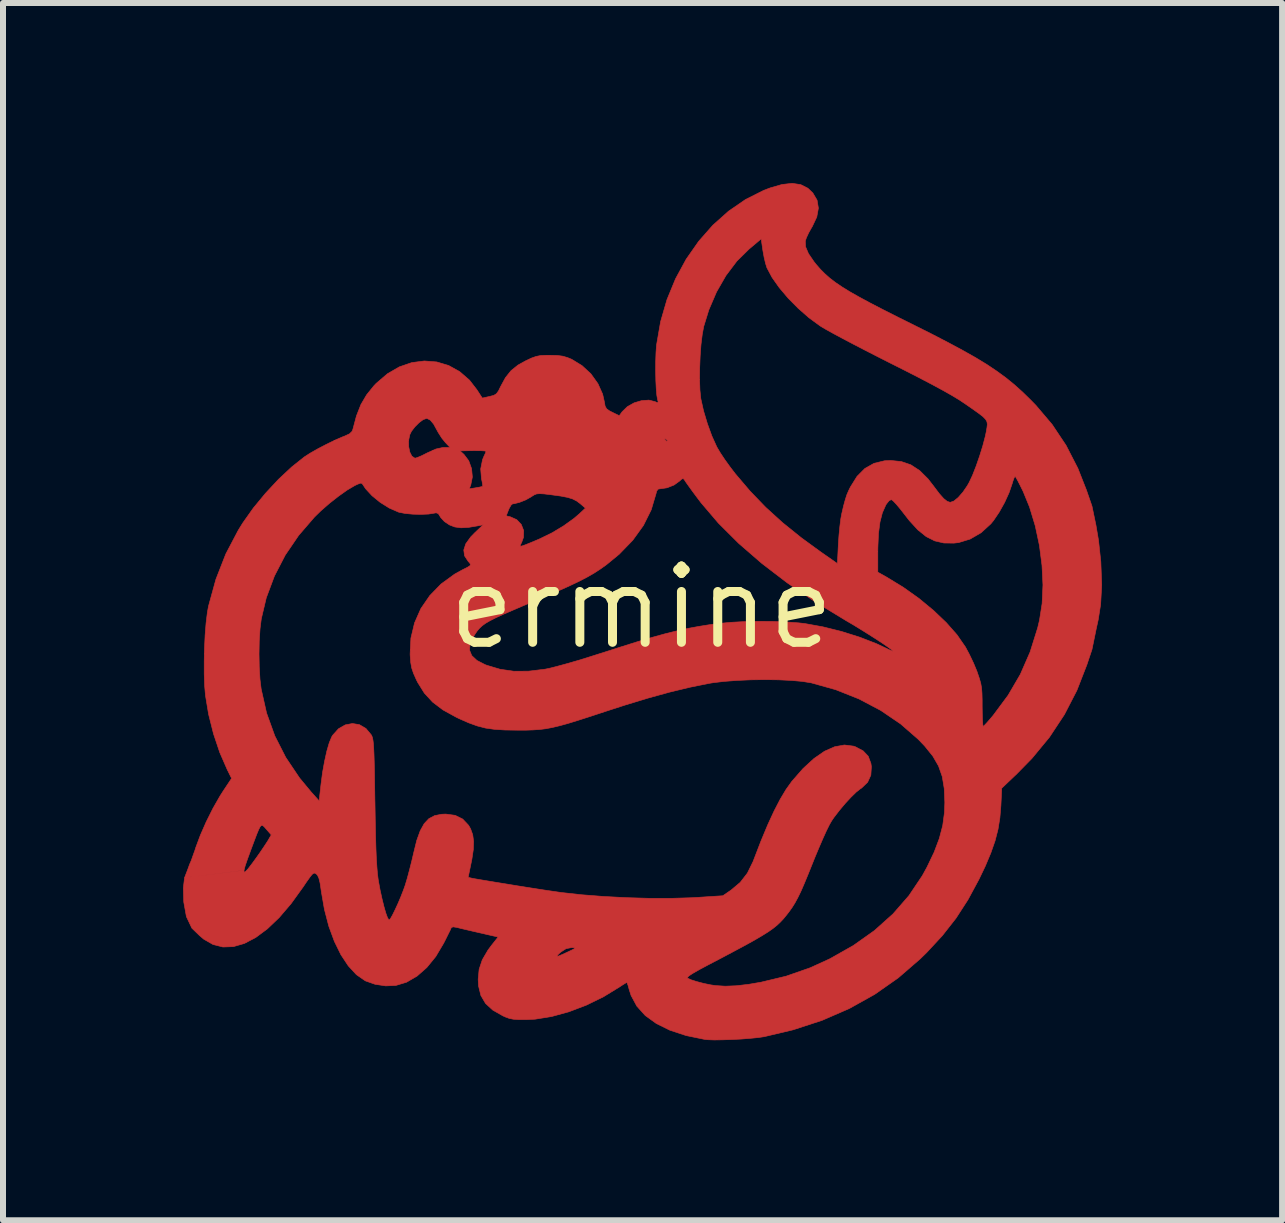
<source format=kicad_pcb>
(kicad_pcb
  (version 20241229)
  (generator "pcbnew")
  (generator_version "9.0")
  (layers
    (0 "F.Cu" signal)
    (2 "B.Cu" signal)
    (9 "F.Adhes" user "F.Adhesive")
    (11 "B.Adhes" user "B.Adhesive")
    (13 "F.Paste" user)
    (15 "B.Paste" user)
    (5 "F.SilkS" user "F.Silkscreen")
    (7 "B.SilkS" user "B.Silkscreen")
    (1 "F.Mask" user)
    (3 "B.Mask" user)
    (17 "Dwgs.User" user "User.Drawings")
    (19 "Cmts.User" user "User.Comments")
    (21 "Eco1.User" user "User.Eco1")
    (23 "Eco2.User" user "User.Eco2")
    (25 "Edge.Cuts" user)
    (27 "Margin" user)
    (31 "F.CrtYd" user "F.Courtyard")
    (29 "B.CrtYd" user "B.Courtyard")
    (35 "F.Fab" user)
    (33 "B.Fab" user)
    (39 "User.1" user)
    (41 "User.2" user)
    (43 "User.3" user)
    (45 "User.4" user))
  (footprint "ermine"
    (layer "F.Cu")
    (at 7.64 7.073)
    (property "Reference" "ermine" (at 0 0 0) (layer "F.SilkS") (effects (font (size 1.27 1.27) (thickness 0.15))))
    (attr through_hole)
    (fp_poly (pts (xy 2.652 -7.047) (xy 2.771 -6.987) (xy 2.854 -6.908) (xy 2.925 -6.788) (xy 2.947 -6.655) (xy 2.92 -6.507) (xy 2.844 -6.346) (xy 2.836 -6.334) (xy 2.786 -6.245) (xy 2.747 -6.161) (xy 2.729 -6.106) (xy 2.733 -6.012) (xy 2.781 -5.898) (xy 2.874 -5.762) (xy 2.913 -5.713) (xy 2.982 -5.634) (xy 3.055 -5.561) (xy 3.135 -5.49) (xy 3.227 -5.419) (xy 3.336 -5.345) (xy 3.465 -5.265) (xy 3.62 -5.177) (xy 3.805 -5.077) (xy 4.023 -4.964) (xy 4.28 -4.834) (xy 4.496 -4.727) (xy 4.82 -4.565) (xy 5.102 -4.419) (xy 5.348 -4.287) (xy 5.563 -4.166) (xy 5.752 -4.051) (xy 5.919 -3.939) (xy 6.071 -3.828) (xy 6.211 -3.714) (xy 6.346 -3.593) (xy 6.48 -3.462) (xy 6.571 -3.369) (xy 6.841 -3.051) (xy 7.074 -2.702) (xy 7.271 -2.319) (xy 7.413 -1.958) (xy 7.506 -1.689) (xy 7.572 -1.372) (xy 7.615 -1.118) (xy 7.653 -0.765) (xy 7.668 -0.376) (xy 7.65 -0.051) (xy 7.61 0.203) (xy 7.577 0.353) (xy 7.506 0.699) (xy 7.421 0.953) (xy 7.254 1.382) (xy 7.047 1.783) (xy 6.798 2.16) (xy 6.505 2.515) (xy 6.254 2.771) (xy 6.002 3.011) (xy 5.988 3.302) (xy 5.971 3.506) (xy 5.94 3.697) (xy 5.891 3.888) (xy 5.821 4.088) (xy 5.728 4.31) (xy 5.623 4.529) (xy 5.439 4.87) (xy 5.239 5.179) (xy 5.013 5.467) (xy 4.751 5.75) (xy 4.642 5.856) (xy 4.277 6.172) (xy 3.884 6.447) (xy 3.463 6.682) (xy 3.01 6.879) (xy 2.526 7.037) (xy 2.045 7.151) (xy 1.946 7.166) (xy 1.814 7.179) (xy 1.662 7.191) (xy 1.503 7.199) (xy 1.348 7.204) (xy 1.211 7.206) (xy 1.103 7.202) (xy 1.054 7.197) (xy 0.743 7.133) (xy 0.473 7.044) (xy 0.246 6.932) (xy 0.061 6.798) (xy -0.079 6.642) (xy -0.174 6.465) (xy -0.205 6.369) (xy -0.224 6.299) (xy -0.24 6.256) (xy -0.246 6.248) (xy -0.272 6.262) (xy -0.325 6.295) (xy -0.364 6.321) (xy -0.633 6.486) (xy -0.919 6.626) (xy -1.212 6.737) (xy -1.5 6.816) (xy -1.774 6.86) (xy -1.918 6.867) (xy -2.042 6.867) (xy -2.133 6.861) (xy -2.204 6.847) (xy -2.272 6.822) (xy -2.311 6.804) (xy -2.478 6.709) (xy -2.599 6.598) (xy -2.677 6.465) (xy -2.716 6.306) (xy -2.722 6.194) (xy -2.706 6.028) (xy -2.653 5.87) (xy -2.618 5.81) (xy -1.408 5.81) (xy -1.382 5.807) (xy -1.314 5.779) (xy -1.232 5.741) (xy -1.152 5.703) (xy -1.114 5.681) (xy -1.114 5.671) (xy -1.146 5.668) (xy -1.168 5.667) (xy -1.258 5.685) (xy -1.345 5.741) (xy -1.396 5.788) (xy -1.408 5.81) (xy -2.618 5.81) (xy -2.559 5.709) (xy -2.494 5.622) (xy -2.39 5.491) (xy -2.687 5.423) (xy -2.813 5.394) (xy -2.929 5.367) (xy -3.022 5.345) (xy -3.073 5.332) (xy -3.139 5.321) (xy -3.169 5.333) (xy -3.173 5.341) (xy -3.188 5.376) (xy -3.222 5.444) (xy -3.267 5.535) (xy -3.297 5.594) (xy -3.428 5.815) (xy -3.578 5.999) (xy -3.742 6.143) (xy -3.916 6.244) (xy -4.095 6.298) (xy -4.096 6.298) (xy -4.264 6.305) (xy -4.441 6.278) (xy -4.6 6.222) (xy -4.607 6.218) (xy -4.751 6.118) (xy -4.886 5.972) (xy -5.009 5.786) (xy -5.118 5.564) (xy -5.211 5.311) (xy -5.284 5.031) (xy -5.336 4.731) (xy -5.338 4.715) (xy -5.356 4.593) (xy -5.376 4.512) (xy -5.399 4.462) (xy -5.418 4.442) (xy -5.44 4.427) (xy -5.461 4.427) (xy -5.488 4.446) (xy -5.525 4.492) (xy -5.58 4.569) (xy -5.64 4.658) (xy -5.839 4.934) (xy -6.038 5.167) (xy -6.235 5.355) (xy -6.429 5.499) (xy -6.618 5.598) (xy -6.801 5.651) (xy -6.976 5.657) (xy -7.141 5.615) (xy -7.296 5.526) (xy -7.367 5.465) (xy -7.493 5.343) (xy -7.584 5.151) (xy -7.628 4.907) (xy -7.635 4.674) (xy -7.615 4.503) (xy -6.624 4.379) (xy -6.623 4.411) (xy -6.6 4.401) (xy -6.554 4.351) (xy -6.485 4.261) (xy -6.421 4.173) (xy -6.351 4.074) (xy -6.287 3.979) (xy -6.238 3.904) (xy -6.224 3.882) (xy -6.17 3.789) (xy -6.251 3.696) (xy -6.284 3.658) (xy -6.309 3.635) (xy -6.33 3.629) (xy -6.352 3.648) (xy -6.377 3.695) (xy -6.411 3.776) (xy -6.456 3.895) (xy -6.501 4.015) (xy -6.562 4.181) (xy -6.604 4.302) (xy -6.624 4.378) (xy -7.615 4.503) (xy -7.562 4.366) (xy -7.531 4.28) (xy -7.503 4.216) (xy -7.468 4.117) (xy -7.444 4.051) (xy -7.428 4) (xy -7.352 3.796) (xy -7.254 3.572) (xy -7.142 3.348) (xy -7.025 3.143) (xy -6.971 3.058) (xy -6.831 2.847) (xy -6.904 2.7) (xy -7.027 2.418) (xy -7.132 2.105) (xy -7.214 1.78) (xy -7.266 1.466) (xy -7.28 1.304) (xy -7.287 1.11) (xy -7.287 0.897) (xy -7.285 0.773) (xy -6.374 0.773) (xy -6.37 0.992) (xy -6.358 1.195) (xy -6.338 1.359) (xy -6.248 1.759) (xy -6.111 2.139) (xy -5.928 2.499) (xy -5.698 2.841) (xy -5.504 3.075) (xy -5.372 3.222) (xy -5.341 2.945) (xy -5.315 2.747) (xy -5.281 2.56) (xy -5.244 2.393) (xy -5.204 2.255) (xy -5.163 2.156) (xy -5.147 2.129) (xy -5.05 2.021) (xy -4.937 1.956) (xy -4.818 1.933) (xy -4.701 1.952) (xy -4.593 2.015) (xy -4.505 2.12) (xy -4.493 2.142) (xy -4.483 2.171) (xy -4.475 2.212) (xy -4.468 2.268) (xy -4.463 2.346) (xy -4.458 2.449) (xy -4.454 2.583) (xy -4.45 2.753) (xy -4.447 2.964) (xy -4.443 3.22) (xy -4.442 3.251) (xy -4.437 3.547) (xy -4.432 3.798) (xy -4.426 4.006) (xy -4.419 4.178) (xy -4.41 4.318) (xy -4.401 4.43) (xy -4.39 4.519) (xy -4.386 4.547) (xy -4.357 4.705) (xy -4.324 4.855) (xy -4.291 4.988) (xy -4.26 5.095) (xy -4.232 5.171) (xy -4.209 5.206) (xy -4.205 5.207) (xy -4.184 5.185) (xy -4.15 5.125) (xy -4.107 5.038) (xy -4.059 4.934) (xy -4.011 4.821) (xy -3.968 4.711) (xy -3.938 4.627) (xy -3.903 4.51) (xy -3.864 4.364) (xy -3.825 4.209) (xy -3.797 4.089) (xy -3.746 3.882) (xy -3.688 3.721) (xy -3.622 3.602) (xy -3.544 3.519) (xy -3.448 3.468) (xy -3.332 3.445) (xy -3.262 3.442) (xy -3.106 3.463) (xy -2.98 3.525) (xy -2.882 3.629) (xy -2.848 3.689) (xy -2.813 3.787) (xy -2.798 3.898) (xy -2.803 4.033) (xy -2.828 4.201) (xy -2.843 4.274) (xy -2.889 4.496) (xy -2.835 4.509) (xy -2.784 4.519) (xy -2.691 4.535) (xy -2.565 4.556) (xy -2.414 4.581) (xy -2.247 4.608) (xy -2.071 4.637) (xy -1.895 4.665) (xy -1.729 4.691) (xy -1.579 4.714) (xy -1.455 4.732) (xy -1.365 4.745) (xy -1.346 4.748) (xy -1.003 4.786) (xy -0.632 4.815) (xy -0.248 4.835) (xy 0.134 4.846) (xy 0.5 4.846) (xy 0.836 4.836) (xy 0.938 4.83) (xy 1.355 4.803) (xy 1.493 4.708) (xy 1.645 4.58) (xy 1.764 4.426) (xy 1.858 4.235) (xy 1.868 4.209) (xy 1.99 3.892) (xy 2.103 3.621) (xy 2.209 3.391) (xy 2.31 3.196) (xy 2.408 3.032) (xy 2.506 2.895) (xy 2.509 2.892) (xy 2.692 2.683) (xy 2.873 2.517) (xy 3.049 2.395) (xy 3.219 2.32) (xy 3.38 2.291) (xy 3.532 2.31) (xy 3.564 2.321) (xy 3.693 2.389) (xy 3.778 2.479) (xy 3.822 2.597) (xy 3.83 2.652) (xy 3.821 2.794) (xy 3.767 2.912) (xy 3.668 3.007) (xy 3.645 3.022) (xy 3.577 3.076) (xy 3.489 3.162) (xy 3.391 3.268) (xy 3.294 3.384) (xy 3.205 3.5) (xy 3.167 3.556) (xy 3.13 3.621) (xy 3.079 3.724) (xy 3.019 3.857) (xy 2.953 4.01) (xy 2.885 4.173) (xy 2.859 4.238) (xy 2.778 4.44) (xy 2.711 4.602) (xy 2.655 4.731) (xy 2.604 4.835) (xy 2.557 4.922) (xy 2.509 4.999) (xy 2.456 5.073) (xy 2.413 5.128) (xy 2.364 5.188) (xy 2.313 5.242) (xy 2.257 5.295) (xy 2.191 5.348) (xy 2.11 5.405) (xy 2.009 5.468) (xy 1.885 5.541) (xy 1.732 5.626) (xy 1.547 5.725) (xy 1.325 5.843) (xy 1.109 5.956) (xy 0.959 6.036) (xy 0.853 6.097) (xy 0.789 6.139) (xy 0.763 6.166) (xy 0.766 6.176) (xy 0.827 6.204) (xy 0.922 6.234) (xy 1.036 6.264) (xy 1.153 6.288) (xy 1.232 6.3) (xy 1.395 6.31) (xy 1.576 6.303) (xy 1.785 6.279) (xy 1.994 6.243) (xy 2.41 6.143) (xy 2.811 6.003) (xy 3.137 5.854) (xy 3.53 5.632) (xy 3.881 5.383) (xy 4.19 5.106) (xy 4.455 4.802) (xy 4.678 4.47) (xy 4.756 4.328) (xy 4.876 4.077) (xy 4.962 3.849) (xy 5.019 3.632) (xy 5.048 3.415) (xy 5.054 3.248) (xy 5.044 3.016) (xy 5.011 2.817) (xy 4.949 2.641) (xy 4.853 2.475) (xy 4.718 2.308) (xy 4.612 2.197) (xy 4.317 1.94) (xy 3.986 1.715) (xy 3.624 1.524) (xy 3.237 1.37) (xy 2.83 1.256) (xy 2.819 1.254) (xy 2.676 1.231) (xy 2.494 1.215) (xy 2.284 1.205) (xy 2.056 1.202) (xy 1.822 1.205) (xy 1.593 1.215) (xy 1.38 1.231) (xy 1.193 1.253) (xy 1.121 1.265) (xy 0.805 1.329) (xy 0.469 1.41) (xy 0.107 1.51) (xy -0.288 1.63) (xy -0.612 1.735) (xy -0.854 1.815) (xy -1.054 1.879) (xy -1.222 1.931) (xy -1.363 1.97) (xy -1.485 1.999) (xy -1.595 2.02) (xy -1.701 2.033) (xy -1.81 2.04) (xy -1.929 2.044) (xy -2.066 2.044) (xy -2.07 2.044) (xy -2.279 2.041) (xy -2.451 2.03) (xy -2.599 2.009) (xy -2.739 1.973) (xy -2.882 1.921) (xy -3.043 1.85) (xy -3.092 1.826) (xy -3.308 1.707) (xy -3.481 1.576) (xy -3.619 1.426) (xy -3.73 1.248) (xy -3.752 1.204) (xy -3.8 1.096) (xy -3.83 1.007) (xy -3.846 0.916) (xy -3.855 0.8) (xy -3.856 0.776) (xy -3.853 0.708) (xy -2.867 0.708) (xy -2.829 0.801) (xy -2.743 0.882) (xy -2.607 0.952) (xy -2.578 0.963) (xy -2.357 1.029) (xy -2.129 1.062) (xy -1.884 1.061) (xy -1.61 1.028) (xy -1.598 1.026) (xy -1.51 1.007) (xy -1.383 0.974) (xy -1.225 0.931) (xy -1.047 0.879) (xy -0.857 0.82) (xy -0.664 0.759) (xy -0.66 0.758) (xy -0.342 0.656) (xy -0.065 0.569) (xy 0.179 0.497) (xy 0.396 0.437) (xy 0.594 0.388) (xy 0.78 0.347) (xy 0.96 0.314) (xy 1.142 0.285) (xy 1.294 0.265) (xy 1.487 0.247) (xy 1.71 0.235) (xy 1.949 0.23) (xy 2.19 0.232) (xy 2.418 0.241) (xy 2.619 0.256) (xy 2.718 0.267) (xy 3.022 0.322) (xy 3.332 0.399) (xy 3.634 0.494) (xy 3.91 0.601) (xy 4.066 0.674) (xy 4.134 0.707) (xy 4.179 0.726) (xy 4.191 0.727) (xy 4.17 0.706) (xy 4.113 0.664) (xy 4.027 0.604) (xy 3.919 0.533) (xy 3.795 0.454) (xy 3.664 0.372) (xy 3.532 0.291) (xy 3.407 0.218) (xy 3.404 0.216) (xy 2.896 -0.093) (xy 2.428 -0.411) (xy 2.195 -0.589) (xy 3.937 -0.589) (xy 4.083 -0.507) (xy 4.36 -0.338) (xy 4.623 -0.151) (xy 4.864 0.048) (xy 5.078 0.252) (xy 5.257 0.455) (xy 5.393 0.652) (xy 5.394 0.652) (xy 5.462 0.779) (xy 5.532 0.926) (xy 5.589 1.063) (xy 5.596 1.084) (xy 5.629 1.181) (xy 5.652 1.261) (xy 5.666 1.339) (xy 5.673 1.429) (xy 5.676 1.546) (xy 5.676 1.645) (xy 5.678 1.769) (xy 5.681 1.872) (xy 5.686 1.946) (xy 5.691 1.98) (xy 5.693 1.981) (xy 5.714 1.963) (xy 5.76 1.914) (xy 5.822 1.842) (xy 5.86 1.797) (xy 6.108 1.463) (xy 6.312 1.114) (xy 6.475 0.741) (xy 6.601 0.339) (xy 6.631 0.214) (xy 6.675 -0.066) (xy 6.689 -0.376) (xy 6.673 -0.702) (xy 6.63 -1.035) (xy 6.56 -1.363) (xy 6.465 -1.675) (xy 6.359 -1.934) (xy 6.309 -2.035) (xy 6.267 -2.117) (xy 6.237 -2.17) (xy 6.224 -2.184) (xy 6.209 -2.162) (xy 6.188 -2.105) (xy 6.176 -2.064) (xy 6.125 -1.915) (xy 6.05 -1.75) (xy 5.96 -1.589) (xy 5.866 -1.45) (xy 5.821 -1.395) (xy 5.658 -1.246) (xy 5.477 -1.141) (xy 5.285 -1.082) (xy 5.205 -1.073) (xy 5.038 -1.075) (xy 4.886 -1.11) (xy 4.743 -1.182) (xy 4.604 -1.294) (xy 4.462 -1.449) (xy 4.388 -1.544) (xy 4.313 -1.64) (xy 4.246 -1.72) (xy 4.194 -1.775) (xy 4.164 -1.798) (xy 4.126 -1.781) (xy 4.082 -1.726) (xy 4.07 -1.707) (xy 4.013 -1.579) (xy 3.973 -1.423) (xy 3.948 -1.232) (xy 3.938 -1.001) (xy 3.937 -0.936) (xy 3.937 -0.589) (xy 2.195 -0.589) (xy 2.002 -0.737) (xy 1.619 -1.069) (xy 1.282 -1.405) (xy 0.993 -1.744) (xy 0.933 -1.823) (xy 0.857 -1.925) (xy 0.791 -2.016) (xy 0.742 -2.085) (xy 0.717 -2.123) (xy 0.716 -2.125) (xy 0.695 -2.149) (xy 0.669 -2.14) (xy 0.636 -2.109) (xy 0.542 -2.041) (xy 0.426 -1.995) (xy 0.333 -1.981) (xy 0.279 -1.974) (xy 0.252 -1.94) (xy 0.242 -1.899) (xy 0.161 -1.627) (xy 0.032 -1.368) (xy -0.146 -1.121) (xy -0.372 -0.888) (xy -0.585 -0.713) (xy -0.686 -0.641) (xy -0.792 -0.572) (xy -0.909 -0.505) (xy -1.044 -0.435) (xy -1.204 -0.359) (xy -1.395 -0.273) (xy -1.625 -0.175) (xy -1.727 -0.132) (xy -1.961 -0.034) (xy -2.152 0.048) (xy -2.307 0.115) (xy -2.43 0.172) (xy -2.525 0.22) (xy -2.599 0.263) (xy -2.655 0.304) (xy -2.699 0.345) (xy -2.737 0.389) (xy -2.771 0.439) (xy -2.798 0.481) (xy -2.856 0.602) (xy -2.867 0.708) (xy -3.853 0.708) (xy -3.843 0.51) (xy -3.782 0.256) (xy -3.677 0.018) (xy -3.528 -0.199) (xy -3.34 -0.392) (xy -3.115 -0.556) (xy -2.985 -0.628) (xy -2.903 -0.669) (xy -2.86 -0.696) (xy -2.849 -0.717) (xy -2.864 -0.742) (xy -2.888 -0.768) (xy -2.949 -0.861) (xy -2.962 -0.958) (xy -2.929 -1.061) (xy -2.847 -1.175) (xy -2.778 -1.246) (xy -2.637 -1.379) (xy -2.722 -1.362) (xy -2.883 -1.335) (xy -3.009 -1.328) (xy -3.112 -1.342) (xy -3.2 -1.376) (xy -3.285 -1.433) (xy -3.345 -1.498) (xy -3.353 -1.512) (xy -3.363 -1.527) (xy -2.255 -1.527) (xy -2.188 -1.512) (xy -2.08 -1.464) (xy -2.004 -1.384) (xy -1.964 -1.282) (xy -1.967 -1.169) (xy -1.996 -1.089) (xy -2.021 -1.037) (xy -2.018 -1.02) (xy -1.986 -1.027) (xy -1.977 -1.03) (xy -1.928 -1.048) (xy -1.846 -1.081) (xy -1.746 -1.123) (xy -1.695 -1.145) (xy -1.494 -1.243) (xy -1.299 -1.36) (xy -1.125 -1.485) (xy -1.033 -1.564) (xy -0.935 -1.656) (xy -1.02 -1.729) (xy -1.08 -1.774) (xy -1.148 -1.809) (xy -1.233 -1.835) (xy -1.347 -1.857) (xy -1.5 -1.878) (xy -1.514 -1.88) (xy -1.624 -1.893) (xy -1.697 -1.897) (xy -1.748 -1.893) (xy -1.788 -1.877) (xy -1.833 -1.849) (xy -1.841 -1.843) (xy -1.93 -1.793) (xy -2.031 -1.753) (xy -2.12 -1.73) (xy -2.149 -1.727) (xy -2.174 -1.706) (xy -2.205 -1.652) (xy -2.216 -1.627) (xy -2.255 -1.527) (xy -3.363 -1.527) (xy -3.386 -1.564) (xy -3.423 -1.578) (xy -3.455 -1.572) (xy -3.549 -1.557) (xy -3.674 -1.552) (xy -3.81 -1.555) (xy -3.939 -1.567) (xy -4.04 -1.587) (xy -4.053 -1.591) (xy -4.205 -1.658) (xy -4.355 -1.752) (xy -4.491 -1.863) (xy -4.599 -1.98) (xy -4.641 -2.044) (xy -4.659 -2.068) (xy -4.685 -2.072) (xy -4.734 -2.053) (xy -4.778 -2.032) (xy -4.902 -1.959) (xy -5.046 -1.857) (xy -5.199 -1.737) (xy -5.347 -1.608) (xy -5.45 -1.507) (xy -5.713 -1.202) (xy -5.937 -0.873) (xy -6.117 -0.525) (xy -6.253 -0.162) (xy -6.336 0.188) (xy -6.357 0.355) (xy -6.37 0.555) (xy -6.374 0.773) (xy -7.285 0.773) (xy -7.282 0.675) (xy -7.272 0.458) (xy -7.256 0.258) (xy -7.235 0.086) (xy -7.216 -0.021) (xy -7.092 -0.471) (xy -6.927 -0.893) (xy -6.72 -1.287) (xy -6.644 -1.41) (xy -6.469 -1.657) (xy -6.267 -1.902) (xy -6.051 -2.134) (xy -5.83 -2.341) (xy -5.619 -2.509) (xy -5.523 -2.571) (xy -5.395 -2.644) (xy -5.251 -2.719) (xy -5.126 -2.78) (xy -3.882 -2.78) (xy -3.88 -2.679) (xy -3.861 -2.589) (xy -3.827 -2.522) (xy -3.78 -2.49) (xy -3.769 -2.489) (xy -3.731 -2.501) (xy -3.662 -2.53) (xy -3.577 -2.573) (xy -3.567 -2.578) (xy -3.495 -2.61) (xy -3.024 -2.61) (xy -2.958 -2.55) (xy -2.879 -2.445) (xy -2.832 -2.314) (xy -2.819 -2.174) (xy -2.845 -2.044) (xy -2.871 -1.977) (xy -2.762 -1.995) (xy -2.695 -2.007) (xy -2.653 -2.017) (xy -2.647 -2.019) (xy -2.648 -2.045) (xy -2.658 -2.105) (xy -2.667 -2.145) (xy -2.68 -2.309) (xy -2.649 -2.465) (xy -2.626 -2.52) (xy -2.601 -2.573) (xy -2.591 -2.603) (xy -2.614 -2.609) (xy -2.677 -2.613) (xy -2.767 -2.614) (xy -2.807 -2.614) (xy -3.024 -2.61) (xy -3.495 -2.61) (xy -3.426 -2.641) (xy -3.312 -2.666) (xy -3.295 -2.667) (xy -3.19 -2.667) (xy -3.269 -2.75) (xy -3.319 -2.812) (xy 0.385 -2.812) (xy 0.391 -2.798) (xy 0.417 -2.771) (xy 0.432 -2.776) (xy 0.432 -2.78) (xy 0.414 -2.801) (xy 0.402 -2.809) (xy 0.385 -2.812) (xy -3.319 -2.812) (xy -3.33 -2.826) (xy -3.388 -2.917) (xy -3.404 -2.946) (xy -3.464 -3.056) (xy -3.518 -3.121) (xy -3.569 -3.148) (xy -3.585 -3.15) (xy -3.64 -3.13) (xy -3.708 -3.079) (xy -3.777 -3.01) (xy -3.834 -2.936) (xy -3.862 -2.878) (xy -3.882 -2.78) (xy -5.126 -2.78) (xy -5.107 -2.789) (xy -4.978 -2.845) (xy -4.946 -2.857) (xy -4.866 -2.894) (xy -4.824 -2.935) (xy -4.81 -2.969) (xy -4.75 -3.194) (xy -4.676 -3.382) (xy -4.581 -3.544) (xy -4.459 -3.695) (xy -4.42 -3.736) (xy -4.234 -3.895) (xy -4.035 -4.01) (xy -3.828 -4.081) (xy -3.619 -4.108) (xy -3.413 -4.092) (xy -3.215 -4.033) (xy -3.032 -3.932) (xy -2.867 -3.789) (xy -2.745 -3.631) (xy -2.653 -3.49) (xy -2.532 -3.517) (xy -2.462 -3.535) (xy -2.418 -3.562) (xy -2.383 -3.61) (xy -2.349 -3.68) (xy -2.267 -3.831) (xy -2.175 -3.946) (xy -2.06 -4.039) (xy -1.936 -4.108) (xy -1.835 -4.156) (xy -1.756 -4.184) (xy -1.68 -4.199) (xy -1.584 -4.203) (xy -1.525 -4.203) (xy -1.404 -4.2) (xy -1.312 -4.188) (xy -1.232 -4.164) (xy -1.164 -4.136) (xy -0.992 -4.031) (xy -0.844 -3.894) (xy -0.727 -3.731) (xy -0.648 -3.555) (xy -0.62 -3.43) (xy -0.607 -3.356) (xy -0.582 -3.311) (xy -0.533 -3.276) (xy -0.487 -3.253) (xy -0.371 -3.196) (xy -0.323 -3.262) (xy -0.237 -3.346) (xy -0.124 -3.41) (xy 0.000384 -3.447) (xy 0.122 -3.456) (xy 0.227 -3.43) (xy 0.234 -3.426) (xy 0.271 -3.41) (xy 0.277 -3.429) (xy 0.269 -3.458) (xy 0.255 -3.534) (xy 0.245 -3.648) (xy 0.238 -3.789) (xy 0.238 -3.799) (xy 0.967 -3.799) (xy 0.973 -3.626) (xy 0.987 -3.487) (xy 0.99 -3.47) (xy 1.034 -3.274) (xy 1.097 -3.064) (xy 1.171 -2.86) (xy 1.251 -2.683) (xy 1.26 -2.666) (xy 1.312 -2.578) (xy 1.387 -2.465) (xy 1.475 -2.343) (xy 1.563 -2.228) (xy 1.809 -1.939) (xy 2.068 -1.67) (xy 2.351 -1.413) (xy 2.665 -1.16) (xy 2.985 -0.927) (xy 3.264 -0.732) (xy 3.28 -1.058) (xy 3.29 -1.202) (xy 3.304 -1.347) (xy 3.32 -1.476) (xy 3.336 -1.562) (xy 3.368 -1.699) (xy 3.396 -1.8) (xy 3.422 -1.881) (xy 3.454 -1.954) (xy 3.48 -2.007) (xy 3.591 -2.185) (xy 3.721 -2.316) (xy 3.873 -2.402) (xy 4.049 -2.445) (xy 4.153 -2.45) (xy 4.329 -2.432) (xy 4.487 -2.378) (xy 4.634 -2.282) (xy 4.774 -2.143) (xy 4.87 -2.019) (xy 4.962 -1.897) (xy 5.035 -1.815) (xy 5.093 -1.769) (xy 5.141 -1.753) (xy 5.145 -1.753) (xy 5.205 -1.774) (xy 5.277 -1.833) (xy 5.355 -1.922) (xy 5.429 -2.03) (xy 5.459 -2.083) (xy 5.515 -2.202) (xy 5.575 -2.355) (xy 5.634 -2.525) (xy 5.687 -2.696) (xy 5.728 -2.852) (xy 5.744 -2.928) (xy 5.756 -2.998) (xy 5.762 -3.051) (xy 5.756 -3.095) (xy 5.733 -3.136) (xy 5.688 -3.182) (xy 5.615 -3.238) (xy 5.511 -3.312) (xy 5.397 -3.391) (xy 5.297 -3.458) (xy 5.173 -3.533) (xy 5.021 -3.619) (xy 4.838 -3.718) (xy 4.62 -3.832) (xy 4.362 -3.964) (xy 4.153 -4.069) (xy 3.938 -4.178) (xy 3.729 -4.285) (xy 3.532 -4.387) (xy 3.354 -4.481) (xy 3.201 -4.563) (xy 3.078 -4.631) (xy 2.993 -4.681) (xy 2.972 -4.695) (xy 2.79 -4.828) (xy 2.611 -4.985) (xy 2.443 -5.155) (xy 2.295 -5.33) (xy 2.175 -5.5) (xy 2.092 -5.656) (xy 2.09 -5.659) (xy 2.067 -5.732) (xy 2.043 -5.833) (xy 2.023 -5.943) (xy 2.022 -5.948) (xy 1.994 -6.143) (xy 1.791 -5.972) (xy 1.589 -5.773) (xy 1.407 -5.532) (xy 1.25 -5.259) (xy 1.122 -4.961) (xy 1.037 -4.686) (xy 1.012 -4.553) (xy 0.991 -4.383) (xy 0.977 -4.192) (xy 0.969 -3.993) (xy 0.967 -3.799) (xy 0.238 -3.799) (xy 0.235 -3.944) (xy 0.236 -4.101) (xy 0.241 -4.248) (xy 0.25 -4.374) (xy 0.252 -4.385) (xy 0.318 -4.765) (xy 0.424 -5.131) (xy 0.567 -5.478) (xy 0.744 -5.804) (xy 0.953 -6.103) (xy 1.189 -6.371) (xy 1.451 -6.605) (xy 1.735 -6.8) (xy 2.038 -6.952) (xy 2.144 -6.992) (xy 2.341 -7.049) (xy 2.51 -7.068) (xy 2.652 -7.047)) (stroke (width 0.01) (type solid)) (fill yes) (layer "F.Cu"))
    (fp_poly (pts (xy -2.4 -1.889) (xy -2.344 -1.848) (xy -2.316 -1.779) (xy -2.311 -1.721) (xy -2.328 -1.653) (xy -2.382 -1.597) (xy -2.476 -1.55) (xy -2.615 -1.51) (xy -2.67 -1.498) (xy -2.833 -1.467) (xy -2.956 -1.452) (xy -3.049 -1.453) (xy -3.119 -1.468) (xy -3.147 -1.48) (xy -3.222 -1.538) (xy -3.248 -1.611) (xy -3.243 -1.655) (xy -3.218 -1.704) (xy -3.165 -1.747) (xy -3.078 -1.787) (xy -2.953 -1.826) (xy -2.787 -1.866) (xy -2.618 -1.898) (xy -2.49 -1.906) (xy -2.4 -1.889)) (stroke (width 0.01) (type solid)) (fill yes) (layer "F.Mask"))
    (fp_poly (pts (xy -2.197 -1.377) (xy -2.136 -1.33) (xy -2.093 -1.271) (xy -2.083 -1.233) (xy -2.097 -1.17) (xy -2.141 -1.108) (xy -2.222 -1.042) (xy -2.344 -0.967) (xy -2.407 -0.933) (xy -2.543 -0.866) (xy -2.645 -0.827) (xy -2.718 -0.815) (xy -2.77 -0.829) (xy -2.789 -0.843) (xy -2.811 -0.889) (xy -2.819 -0.954) (xy -2.811 -1.008) (xy -2.779 -1.063) (xy -2.717 -1.13) (xy -2.692 -1.154) (xy -2.603 -1.227) (xy -2.5 -1.295) (xy -2.397 -1.351) (xy -2.308 -1.387) (xy -2.258 -1.397) (xy -2.197 -1.377)) (stroke (width 0.01) (type solid)) (fill yes) (layer "F.Mask"))
    (fp_poly (pts (xy 2.618 -6.836) (xy 2.688 -6.779) (xy 2.728 -6.7) (xy 2.729 -6.609) (xy 2.711 -6.561) (xy 2.68 -6.501) (xy 2.634 -6.416) (xy 2.592 -6.337) (xy 2.546 -6.245) (xy 2.523 -6.173) (xy 2.517 -6.098) (xy 2.52 -6.042) (xy 2.552 -5.892) (xy 2.629 -5.736) (xy 2.752 -5.571) (xy 2.857 -5.459) (xy 2.948 -5.373) (xy 3.048 -5.289) (xy 3.162 -5.205) (xy 3.294 -5.118) (xy 3.45 -5.025) (xy 3.634 -4.923) (xy 3.852 -4.809) (xy 4.108 -4.679) (xy 4.288 -4.59) (xy 4.583 -4.445) (xy 4.835 -4.318) (xy 5.051 -4.207) (xy 5.233 -4.111) (xy 5.387 -4.025) (xy 5.518 -3.949) (xy 5.628 -3.88) (xy 5.722 -3.817) (xy 6.081 -3.539) (xy 6.393 -3.246) (xy 6.66 -2.935) (xy 6.883 -2.604) (xy 7.066 -2.25) (xy 7.115 -2.133) (xy 7.197 -1.91) (xy 7.265 -1.68) (xy 7.323 -1.43) (xy 7.374 -1.148) (xy 7.393 -1.026) (xy 7.433 -0.645) (xy 7.437 -0.278) (xy 7.405 0.087) (xy 7.335 0.46) (xy 7.226 0.851) (xy 7.21 0.9) (xy 7.066 1.271) (xy 6.881 1.637) (xy 6.661 1.986) (xy 6.412 2.311) (xy 6.14 2.602) (xy 5.985 2.743) (xy 5.791 2.907) (xy 5.791 3.114) (xy 5.775 3.383) (xy 5.727 3.656) (xy 5.644 3.939) (xy 5.523 4.24) (xy 5.42 4.458) (xy 5.186 4.867) (xy 4.912 5.247) (xy 4.601 5.597) (xy 4.255 5.913) (xy 3.879 6.194) (xy 3.473 6.436) (xy 3.043 6.639) (xy 2.589 6.8) (xy 2.172 6.905) (xy 2.054 6.927) (xy 1.917 6.948) (xy 1.772 6.969) (xy 1.63 6.986) (xy 1.504 6.999) (xy 1.405 7.007) (xy 1.35 7.007) (xy 1.305 7.003) (xy 1.226 6.994) (xy 1.129 6.983) (xy 1.119 6.982) (xy 0.925 6.951) (xy 0.73 6.904) (xy 0.552 6.846) (xy 0.429 6.793) (xy 0.267 6.69) (xy 0.135 6.564) (xy 0.04 6.421) (xy -0.015 6.27) (xy -0.025 6.171) (xy -0.004 6.036) (xy 0.055 5.892) (xy 0.145 5.752) (xy 0.258 5.63) (xy 0.262 5.627) (xy 0.329 5.566) (xy 0.361 5.532) (xy 0.363 5.516) (xy 0.337 5.512) (xy 0.327 5.512) (xy 0.27 5.528) (xy 0.214 5.581) (xy 0.192 5.611) (xy 0.117 5.702) (xy 0.011 5.803) (xy -0.13 5.915) (xy -0.312 6.045) (xy -0.375 6.087) (xy -0.655 6.259) (xy -0.94 6.402) (xy -1.222 6.516) (xy -1.495 6.597) (xy -1.751 6.642) (xy -1.983 6.65) (xy -1.985 6.65) (xy -2.17 6.623) (xy -2.315 6.565) (xy -2.421 6.475) (xy -2.487 6.355) (xy -2.509 6.247) (xy -2.501 6.095) (xy -2.497 6.083) (xy -2.031 6.083) (xy -2.024 6.109) (xy -2.007 6.122) (xy -1.939 6.142) (xy -1.837 6.147) (xy -1.713 6.136) (xy -1.581 6.111) (xy -1.478 6.082) (xy -1.302 6.016) (xy -1.102 5.927) (xy -0.891 5.822) (xy -0.686 5.71) (xy -0.559 5.634) (xy -0.343 5.499) (xy -1.305 5.438) (xy -1.491 5.58) (xy -1.647 5.703) (xy -1.783 5.816) (xy -1.893 5.913) (xy -1.97 5.991) (xy -2.007 6.037) (xy -2.031 6.083) (xy -2.497 6.083) (xy -2.449 5.935) (xy -2.351 5.764) (xy -2.206 5.581) (xy -2.14 5.508) (xy -2.072 5.434) (xy -2.037 5.389) (xy -2.031 5.363) (xy -2.048 5.351) (xy -2.049 5.35) (xy -2.083 5.342) (xy -2.157 5.324) (xy -2.264 5.299) (xy -2.394 5.269) (xy -2.539 5.235) (xy -2.691 5.2) (xy -2.841 5.165) (xy -2.98 5.133) (xy -3.1 5.106) (xy -3.192 5.085) (xy -3.248 5.073) (xy -3.258 5.071) (xy -3.276 5.091) (xy -3.308 5.148) (xy -3.349 5.231) (xy -3.374 5.284) (xy -3.501 5.535) (xy -3.638 5.741) (xy -3.785 5.901) (xy -3.938 6.014) (xy -4.098 6.079) (xy -4.229 6.095) (xy -4.394 6.07) (xy -4.546 5.997) (xy -4.684 5.875) (xy -4.808 5.705) (xy -4.877 5.577) (xy -4.948 5.415) (xy -5.007 5.245) (xy -5.057 5.057) (xy -5.101 4.837) (xy -5.129 4.664) (xy -5.149 4.542) (xy -5.166 4.44) (xy -5.179 4.367) (xy -5.186 4.333) (xy -5.187 4.331) (xy -5.271 4.272) (xy -5.358 4.216) (xy -5.438 4.17) (xy -5.5 4.139) (xy -5.533 4.13) (xy -5.535 4.131) (xy -5.555 4.159) (xy -5.597 4.222) (xy -5.656 4.309) (xy -5.726 4.414) (xy -5.746 4.445) (xy -5.92 4.692) (xy -6.098 4.912) (xy -6.274 5.1) (xy -6.444 5.25) (xy -6.603 5.358) (xy -6.629 5.372) (xy -6.789 5.431) (xy -6.941 5.443) (xy -7.08 5.41) (xy -7.199 5.333) (xy -7.293 5.215) (xy -7.352 5.077) (xy -7.375 4.986) (xy -7.387 4.902) (xy -7.387 4.838) (xy -6.908 4.838) (xy -6.906 4.912) (xy -6.896 4.95) (xy -6.891 4.953) (xy -6.855 4.939) (xy -6.8 4.904) (xy -6.792 4.898) (xy -6.632 4.761) (xy -6.463 4.588) (xy -6.349 4.453) (xy -6.283 4.365) (xy -6.208 4.261) (xy -6.132 4.149) (xy -6.059 4.038) (xy -5.996 3.936) (xy -5.948 3.853) (xy -5.922 3.798) (xy -5.918 3.784) (xy -5.934 3.754) (xy -5.975 3.696) (xy -6.035 3.619) (xy -6.107 3.531) (xy -6.185 3.44) (xy -6.259 3.355) (xy -6.325 3.283) (xy -6.375 3.233) (xy -6.401 3.214) (xy -6.402 3.214) (xy -6.418 3.241) (xy -6.449 3.308) (xy -6.49 3.406) (xy -6.54 3.528) (xy -6.594 3.664) (xy -6.65 3.808) (xy -6.705 3.95) (xy -6.754 4.083) (xy -6.796 4.198) (xy -6.826 4.288) (xy -6.832 4.305) (xy -6.855 4.398) (xy -6.875 4.508) (xy -6.891 4.626) (xy -6.902 4.739) (xy -6.908 4.838) (xy -7.387 4.838) (xy -7.387 4.812) (xy -7.374 4.702) (xy -7.349 4.561) (xy -7.339 4.512) (xy -7.238 4.115) (xy -7.101 3.737) (xy -6.932 3.387) (xy -6.739 3.081) (xy -6.68 2.996) (xy -6.634 2.926) (xy -6.607 2.882) (xy -6.604 2.872) (xy -6.614 2.842) (xy -6.641 2.776) (xy -6.68 2.687) (xy -6.708 2.626) (xy -6.827 2.35) (xy -6.919 2.089) (xy -6.987 1.83) (xy -7.034 1.561) (xy -7.061 1.271) (xy -7.072 0.947) (xy -7.072 0.907) (xy -6.599 0.907) (xy -6.562 1.325) (xy -6.479 1.744) (xy -6.401 2.01) (xy -6.317 2.244) (xy -6.227 2.45) (xy -6.122 2.648) (xy -5.991 2.858) (xy -5.967 2.894) (xy -5.898 2.99) (xy -5.807 3.102) (xy -5.704 3.223) (xy -5.594 3.345) (xy -5.486 3.459) (xy -5.386 3.558) (xy -5.303 3.633) (xy -5.243 3.678) (xy -5.239 3.68) (xy -5.21 3.693) (xy -5.193 3.69) (xy -5.185 3.661) (xy -5.182 3.597) (xy -5.182 3.511) (xy -5.176 3.34) (xy -5.16 3.147) (xy -5.136 2.947) (xy -5.105 2.749) (xy -5.07 2.568) (xy -5.031 2.413) (xy -4.994 2.301) (xy -4.941 2.215) (xy -4.874 2.162) (xy -4.803 2.144) (xy -4.739 2.164) (xy -4.698 2.212) (xy -4.69 2.251) (xy -4.683 2.339) (xy -4.677 2.472) (xy -4.672 2.647) (xy -4.668 2.862) (xy -4.664 3.114) (xy -4.663 3.22) (xy -4.661 3.499) (xy -4.657 3.736) (xy -4.652 3.935) (xy -4.644 4.106) (xy -4.635 4.256) (xy -4.622 4.391) (xy -4.606 4.519) (xy -4.585 4.647) (xy -4.56 4.783) (xy -4.544 4.863) (xy -4.506 5.019) (xy -4.456 5.173) (xy -4.399 5.313) (xy -4.341 5.429) (xy -4.284 5.509) (xy -4.271 5.522) (xy -4.239 5.548) (xy -4.213 5.552) (xy -4.18 5.529) (xy -4.127 5.474) (xy -4.116 5.462) (xy -4.018 5.332) (xy -3.921 5.157) (xy -3.826 4.944) (xy -3.738 4.697) (xy -3.657 4.424) (xy -3.593 4.16) (xy -3.553 3.988) (xy -3.517 3.86) (xy -3.481 3.77) (xy -3.439 3.71) (xy -3.388 3.676) (xy -3.324 3.661) (xy -3.257 3.658) (xy -3.15 3.681) (xy -3.066 3.745) (xy -3.016 3.841) (xy -3.01 3.864) (xy -3.009 3.932) (xy -3.021 4.042) (xy -3.046 4.19) (xy -3.07 4.305) (xy -3.096 4.433) (xy -3.116 4.544) (xy -3.13 4.627) (xy -3.134 4.674) (xy -3.133 4.68) (xy -3.101 4.695) (xy -3.063 4.699) (xy -3.023 4.703) (xy -2.94 4.715) (xy -2.821 4.732) (xy -2.675 4.756) (xy -2.507 4.783) (xy -2.334 4.811) (xy -1.971 4.871) (xy -1.648 4.921) (xy -1.357 4.961) (xy -1.09 4.993) (xy -0.837 5.017) (xy -0.589 5.035) (xy -0.337 5.046) (xy -0.073 5.051) (xy 0.212 5.052) (xy 0.527 5.049) (xy 0.533 5.049) (xy 0.77 5.045) (xy 0.961 5.041) (xy 1.115 5.036) (xy 1.237 5.028) (xy 1.333 5.016) (xy 1.409 4.999) (xy 1.473 4.977) (xy 1.53 4.947) (xy 1.586 4.91) (xy 1.649 4.863) (xy 1.669 4.847) (xy 1.755 4.776) (xy 1.829 4.698) (xy 1.897 4.608) (xy 1.963 4.497) (xy 2.031 4.359) (xy 2.107 4.184) (xy 2.169 4.032) (xy 2.234 3.871) (xy 2.302 3.711) (xy 2.366 3.563) (xy 2.422 3.441) (xy 2.461 3.361) (xy 2.567 3.183) (xy 2.696 3.008) (xy 2.84 2.844) (xy 2.988 2.702) (xy 3.132 2.593) (xy 3.2 2.553) (xy 3.306 2.515) (xy 3.407 2.508) (xy 3.497 2.526) (xy 3.568 2.565) (xy 3.614 2.62) (xy 3.629 2.685) (xy 3.606 2.756) (xy 3.551 2.816) (xy 3.433 2.922) (xy 3.303 3.053) (xy 3.175 3.194) (xy 3.064 3.33) (xy 3 3.418) (xy 2.931 3.535) (xy 2.85 3.701) (xy 2.757 3.914) (xy 2.669 4.129) (xy 2.583 4.345) (xy 2.51 4.52) (xy 2.447 4.66) (xy 2.39 4.773) (xy 2.336 4.866) (xy 2.28 4.945) (xy 2.22 5.017) (xy 2.158 5.081) (xy 2.095 5.14) (xy 2.02 5.199) (xy 1.93 5.262) (xy 1.819 5.331) (xy 1.681 5.41) (xy 1.512 5.501) (xy 1.306 5.609) (xy 1.092 5.718) (xy 0.897 5.82) (xy 0.745 5.905) (xy 0.632 5.978) (xy 0.554 6.042) (xy 0.506 6.099) (xy 0.485 6.152) (xy 0.483 6.175) (xy 0.494 6.232) (xy 0.537 6.281) (xy 0.58 6.312) (xy 0.767 6.409) (xy 0.99 6.477) (xy 1.242 6.515) (xy 1.514 6.522) (xy 1.8 6.497) (xy 1.854 6.488) (xy 2.34 6.385) (xy 2.803 6.237) (xy 3.242 6.045) (xy 3.656 5.809) (xy 4.044 5.53) (xy 4.124 5.464) (xy 4.37 5.232) (xy 4.596 4.972) (xy 4.796 4.69) (xy 4.967 4.395) (xy 5.103 4.094) (xy 5.201 3.795) (xy 5.256 3.506) (xy 5.258 3.488) (xy 5.269 3.289) (xy 5.263 3.084) (xy 5.242 2.887) (xy 5.207 2.715) (xy 5.181 2.634) (xy 5.082 2.432) (xy 4.937 2.228) (xy 4.752 2.027) (xy 4.532 1.832) (xy 4.283 1.649) (xy 4.008 1.48) (xy 3.714 1.33) (xy 3.406 1.203) (xy 3.305 1.167) (xy 3.054 1.091) (xy 2.814 1.037) (xy 2.568 1) (xy 2.296 0.978) (xy 2.197 0.973) (xy 1.92 0.97) (xy 1.638 0.983) (xy 1.344 1.014) (xy 1.034 1.063) (xy 0.702 1.132) (xy 0.343 1.221) (xy -0.048 1.332) (xy -0.476 1.465) (xy -0.648 1.522) (xy -0.896 1.603) (xy -1.103 1.669) (xy -1.277 1.722) (xy -1.424 1.762) (xy -1.552 1.792) (xy -1.667 1.813) (xy -1.776 1.826) (xy -1.888 1.833) (xy -2.008 1.836) (xy -2.083 1.836) (xy -2.317 1.829) (xy -2.517 1.805) (xy -2.699 1.761) (xy -2.877 1.694) (xy -3.024 1.623) (xy -3.242 1.49) (xy -3.413 1.34) (xy -3.537 1.173) (xy -3.616 0.987) (xy -3.648 0.813) (xy -3.643 0.596) (xy -3.595 0.375) (xy -3.506 0.161) (xy -3.381 -0.035) (xy -3.289 -0.141) (xy -3.177 -0.245) (xy -3.05 -0.339) (xy -2.903 -0.428) (xy -2.727 -0.515) (xy -2.516 -0.604) (xy -2.263 -0.697) (xy -2.223 -0.712) (xy -1.914 -0.824) (xy -1.649 -0.931) (xy -1.422 -1.035) (xy -1.226 -1.14) (xy -1.054 -1.25) (xy -0.901 -1.367) (xy -0.778 -1.478) (xy -0.597 -1.653) (xy -0.686 -1.729) (xy -0.82 -1.84) (xy -0.93 -1.924) (xy -1.029 -1.985) (xy -1.129 -2.029) (xy -1.241 -2.059) (xy -1.379 -2.082) (xy -1.552 -2.102) (xy -1.587 -2.106) (xy -1.816 -2.129) (xy -1.896 -2.052) (xy -1.998 -1.985) (xy -2.114 -1.958) (xy -2.23 -1.968) (xy -2.334 -2.015) (xy -2.415 -2.097) (xy -2.421 -2.107) (xy -2.461 -2.22) (xy -2.458 -2.337) (xy -2.419 -2.447) (xy -2.349 -2.542) (xy -2.254 -2.61) (xy -2.14 -2.641) (xy -2.118 -2.642) (xy -2.037 -2.633) (xy -1.956 -2.612) (xy -1.89 -2.583) (xy -1.855 -2.553) (xy -1.853 -2.546) (xy -1.839 -2.513) (xy -1.817 -2.48) (xy -1.793 -2.461) (xy -1.751 -2.443) (xy -1.681 -2.427) (xy -1.578 -2.411) (xy -1.433 -2.392) (xy -1.391 -2.387) (xy -1 -2.34) (xy -0.556 -2.452) (xy -0.615 -2.508) (xy -0.668 -2.547) (xy -0.751 -2.594) (xy -0.839 -2.638) (xy -1.025 -2.715) (xy -1.209 -2.775) (xy -1.397 -2.818) (xy -1.599 -2.847) (xy -1.822 -2.861) (xy -2.077 -2.861) (xy -2.37 -2.85) (xy -2.447 -2.846) (xy -2.642 -2.835) (xy -2.794 -2.828) (xy -2.909 -2.828) (xy -2.994 -2.836) (xy -3.056 -2.855) (xy -3.104 -2.885) (xy -3.142 -2.931) (xy -3.18 -2.992) (xy -3.214 -3.056) (xy -3.304 -3.203) (xy -3.393 -3.303) (xy -3.485 -3.357) (xy -3.584 -3.368) (xy -3.697 -3.338) (xy -3.742 -3.318) (xy -3.886 -3.221) (xy -3.993 -3.09) (xy -4.061 -2.93) (xy -4.089 -2.744) (xy -4.089 -2.713) (xy -4.073 -2.548) (xy -4.025 -2.422) (xy -3.948 -2.336) (xy -3.844 -2.293) (xy -3.716 -2.293) (xy -3.567 -2.337) (xy -3.487 -2.375) (xy -3.381 -2.428) (xy -3.304 -2.455) (xy -3.242 -2.459) (xy -3.182 -2.441) (xy -3.152 -2.427) (xy -3.075 -2.362) (xy -3.036 -2.271) (xy -3.037 -2.167) (xy -3.08 -2.058) (xy -3.089 -2.044) (xy -3.155 -1.973) (xy -3.255 -1.899) (xy -3.375 -1.831) (xy -3.5 -1.779) (xy -3.553 -1.764) (xy -3.752 -1.738) (xy -3.946 -1.76) (xy -4.129 -1.826) (xy -4.293 -1.933) (xy -4.432 -2.078) (xy -4.525 -2.227) (xy -4.59 -2.357) (xy -4.761 -2.285) (xy -4.976 -2.174) (xy -5.199 -2.021) (xy -5.423 -1.833) (xy -5.641 -1.616) (xy -5.847 -1.378) (xy -6.033 -1.123) (xy -6.092 -1.032) (xy -6.284 -0.677) (xy -6.431 -0.302) (xy -6.533 0.09) (xy -6.589 0.494) (xy -6.599 0.907) (xy -7.072 0.907) (xy -7.073 0.864) (xy -7.07 0.626) (xy -7.063 0.427) (xy -7.048 0.253) (xy -7.024 0.092) (xy -6.99 -0.069) (xy -6.944 -0.243) (xy -6.93 -0.292) (xy -6.806 -0.645) (xy -6.644 -0.988) (xy -6.45 -1.315) (xy -6.227 -1.622) (xy -5.979 -1.904) (xy -5.712 -2.155) (xy -5.43 -2.37) (xy -5.138 -2.544) (xy -4.851 -2.668) (xy -4.765 -2.7) (xy -4.696 -2.729) (xy -4.661 -2.748) (xy -4.645 -2.783) (xy -4.625 -2.853) (xy -4.608 -2.942) (xy -4.545 -3.168) (xy -4.439 -3.378) (xy -4.295 -3.564) (xy -4.119 -3.717) (xy -4.008 -3.787) (xy -3.931 -3.827) (xy -3.868 -3.852) (xy -3.804 -3.866) (xy -3.722 -3.872) (xy -3.607 -3.873) (xy -3.594 -3.873) (xy -3.472 -3.872) (xy -3.385 -3.866) (xy -3.319 -3.852) (xy -3.258 -3.829) (xy -3.213 -3.806) (xy -3.043 -3.687) (xy -2.907 -3.532) (xy -2.832 -3.398) (xy -2.794 -3.319) (xy -2.764 -3.277) (xy -2.735 -3.263) (xy -2.697 -3.266) (xy -2.639 -3.277) (xy -2.548 -3.292) (xy -2.446 -3.309) (xy -2.439 -3.31) (xy -2.25 -3.341) (xy -2.245 -3.366) (xy -1.825 -3.366) (xy -1.796 -3.358) (xy -1.729 -3.347) (xy -1.639 -3.335) (xy -1.537 -3.323) (xy -1.436 -3.313) (xy -1.351 -3.307) (xy -1.324 -3.305) (xy -1.267 -3.306) (xy -1.249 -3.324) (xy -1.255 -3.371) (xy -1.255 -3.372) (xy -1.295 -3.454) (xy -1.365 -3.525) (xy -1.448 -3.571) (xy -1.502 -3.581) (xy -1.603 -3.564) (xy -1.703 -3.519) (xy -1.78 -3.458) (xy -1.796 -3.437) (xy -1.821 -3.39) (xy -1.825 -3.366) (xy -2.245 -3.366) (xy -2.23 -3.436) (xy -2.17 -3.607) (xy -2.07 -3.752) (xy -1.936 -3.866) (xy -1.775 -3.946) (xy -1.593 -3.984) (xy -1.523 -3.988) (xy -1.346 -3.964) (xy -1.183 -3.898) (xy -1.042 -3.795) (xy -0.929 -3.663) (xy -0.851 -3.509) (xy -0.815 -3.337) (xy -0.813 -3.289) (xy -0.809 -3.241) (xy -0.791 -3.201) (xy -0.753 -3.162) (xy -0.687 -3.116) (xy -0.585 -3.058) (xy -0.527 -3.026) (xy -0.33 -2.92) (xy -0.248 -3.015) (xy -0.148 -3.125) (xy -0.069 -3.197) (xy -0.003 -3.237) (xy 0.057 -3.251) (xy 0.064 -3.251) (xy 0.163 -3.233) (xy 0.227 -3.179) (xy 0.254 -3.093) (xy 0.254 -3.078) (xy 0.247 -3.008) (xy 0.222 -2.943) (xy 0.173 -2.87) (xy 0.094 -2.778) (xy 0.056 -2.739) (xy -0.013 -2.658) (xy -0.042 -2.602) (xy -0.041 -2.577) (xy -0.009 -2.546) (xy 0.032 -2.549) (xy 0.087 -2.559) (xy 0.172 -2.57) (xy 0.254 -2.58) (xy 0.348 -2.587) (xy 0.409 -2.583) (xy 0.454 -2.565) (xy 0.489 -2.541) (xy 0.546 -2.468) (xy 0.557 -2.384) (xy 0.522 -2.301) (xy 0.5 -2.275) (xy 0.432 -2.231) (xy 0.326 -2.197) (xy 0.261 -2.184) (xy 0.082 -2.152) (xy 0.065 -2.023) (xy 0.013 -1.799) (xy -0.083 -1.581) (xy -0.226 -1.366) (xy -0.416 -1.149) (xy -0.494 -1.074) (xy -0.572 -1.001) (xy -0.647 -0.936) (xy -0.722 -0.877) (xy -0.803 -0.819) (xy -0.893 -0.763) (xy -0.998 -0.704) (xy -1.122 -0.64) (xy -1.27 -0.57) (xy -1.446 -0.49) (xy -1.654 -0.399) (xy -1.9 -0.293) (xy -2.187 -0.171) (xy -2.233 -0.151) (xy -2.401 -0.079) (xy -2.53 -0.02) (xy -2.628 0.031) (xy -2.705 0.077) (xy -2.768 0.124) (xy -2.809 0.159) (xy -2.946 0.309) (xy -3.032 0.465) (xy -3.069 0.627) (xy -3.069 0.709) (xy -3.044 0.843) (xy -2.987 0.95) (xy -2.892 1.04) (xy -2.762 1.116) (xy -2.62 1.179) (xy -2.488 1.223) (xy -2.351 1.251) (xy -2.196 1.264) (xy -2.012 1.265) (xy -1.905 1.262) (xy -1.785 1.257) (xy -1.679 1.25) (xy -1.58 1.239) (xy -1.481 1.224) (xy -1.376 1.202) (xy -1.257 1.172) (xy -1.118 1.132) (xy -0.952 1.081) (xy -0.752 1.017) (xy -0.512 0.938) (xy -0.483 0.928) (xy -0.122 0.812) (xy 0.201 0.715) (xy 0.491 0.635) (xy 0.758 0.572) (xy 1.008 0.522) (xy 1.249 0.485) (xy 1.489 0.46) (xy 1.734 0.444) (xy 1.816 0.44) (xy 2.292 0.443) (xy 2.743 0.486) (xy 3.177 0.573) (xy 3.599 0.704) (xy 3.982 0.865) (xy 4.147 0.949) (xy 4.33 1.053) (xy 4.515 1.168) (xy 4.687 1.282) (xy 4.828 1.388) (xy 4.836 1.394) (xy 4.894 1.438) (xy 4.935 1.463) (xy 4.944 1.465) (xy 4.942 1.438) (xy 4.926 1.38) (xy 4.916 1.348) (xy 4.844 1.175) (xy 4.752 1.013) (xy 4.636 0.858) (xy 4.492 0.705) (xy 4.316 0.553) (xy 4.104 0.396) (xy 3.852 0.231) (xy 3.557 0.054) (xy 3.531 0.039) (xy 3.097 -0.221) (xy 2.706 -0.476) (xy 2.352 -0.733) (xy 2.05 -0.978) (xy 3.725 -0.978) (xy 3.726 -0.834) (xy 3.729 -0.705) (xy 3.733 -0.599) (xy 3.738 -0.529) (xy 3.741 -0.508) (xy 3.782 -0.446) (xy 3.872 -0.385) (xy 3.879 -0.381) (xy 4.092 -0.258) (xy 4.317 -0.108) (xy 4.539 0.057) (xy 4.74 0.225) (xy 4.864 0.342) (xy 5.037 0.529) (xy 5.174 0.708) (xy 5.283 0.896) (xy 5.375 1.105) (xy 5.402 1.181) (xy 5.432 1.27) (xy 5.452 1.348) (xy 5.465 1.427) (xy 5.471 1.523) (xy 5.474 1.648) (xy 5.474 1.727) (xy 5.475 1.866) (xy 5.478 1.966) (xy 5.484 2.037) (xy 5.497 2.092) (xy 5.516 2.14) (xy 5.545 2.194) (xy 5.55 2.203) (xy 5.595 2.274) (xy 5.635 2.323) (xy 5.656 2.337) (xy 5.684 2.319) (xy 5.738 2.271) (xy 5.81 2.2) (xy 5.882 2.122) (xy 6.161 1.787) (xy 6.393 1.439) (xy 6.582 1.073) (xy 6.73 0.682) (xy 6.84 0.261) (xy 6.871 0.099) (xy 6.901 -0.168) (xy 6.906 -0.466) (xy 6.886 -0.782) (xy 6.843 -1.106) (xy 6.778 -1.424) (xy 6.693 -1.725) (xy 6.676 -1.777) (xy 6.629 -1.898) (xy 6.57 -2.03) (xy 6.504 -2.165) (xy 6.434 -2.296) (xy 6.365 -2.417) (xy 6.301 -2.52) (xy 6.245 -2.597) (xy 6.201 -2.643) (xy 6.174 -2.651) (xy 6.173 -2.65) (xy 6.158 -2.616) (xy 6.135 -2.548) (xy 6.112 -2.466) (xy 6.044 -2.248) (xy 5.959 -2.036) (xy 5.864 -1.84) (xy 5.762 -1.669) (xy 5.658 -1.533) (xy 5.589 -1.465) (xy 5.428 -1.354) (xy 5.267 -1.293) (xy 5.107 -1.283) (xy 5.029 -1.296) (xy 4.878 -1.353) (xy 4.743 -1.452) (xy 4.617 -1.597) (xy 4.594 -1.631) (xy 4.469 -1.801) (xy 4.359 -1.924) (xy 4.264 -1.998) (xy 4.204 -2.021) (xy 4.098 -2.017) (xy 4.001 -1.965) (xy 3.913 -1.863) (xy 3.835 -1.712) (xy 3.779 -1.558) (xy 3.758 -1.481) (xy 3.743 -1.404) (xy 3.733 -1.316) (xy 3.727 -1.205) (xy 3.725 -1.06) (xy 3.725 -0.978) (xy 2.05 -0.978) (xy 2.028 -0.995) (xy 1.727 -1.269) (xy 1.636 -1.358) (xy 1.346 -1.664) (xy 1.102 -1.959) (xy 0.901 -2.249) (xy 0.738 -2.538) (xy 0.613 -2.832) (xy 0.521 -3.135) (xy 0.501 -3.223) (xy 0.474 -3.391) (xy 0.456 -3.594) (xy 0.447 -3.818) (xy 0.447 -4.049) (xy 0.457 -4.271) (xy 0.476 -4.47) (xy 0.49 -4.562) (xy 0.578 -4.922) (xy 0.708 -5.271) (xy 0.874 -5.601) (xy 1.075 -5.907) (xy 1.304 -6.181) (xy 1.557 -6.413) (xy 1.732 -6.541) (xy 1.918 -6.653) (xy 2.104 -6.745) (xy 2.281 -6.812) (xy 2.438 -6.851) (xy 2.525 -6.858) (xy 2.618 -6.836)) (stroke (width 0.01) (type solid)) (fill yes) (layer "F.Mask")))
  (gr_rect
    (start -3 -3)
    (end 18.314 17.283)
    (stroke (width 0.1) (type default))
    (fill no)
    (layer "Edge.Cuts")))
</source>
